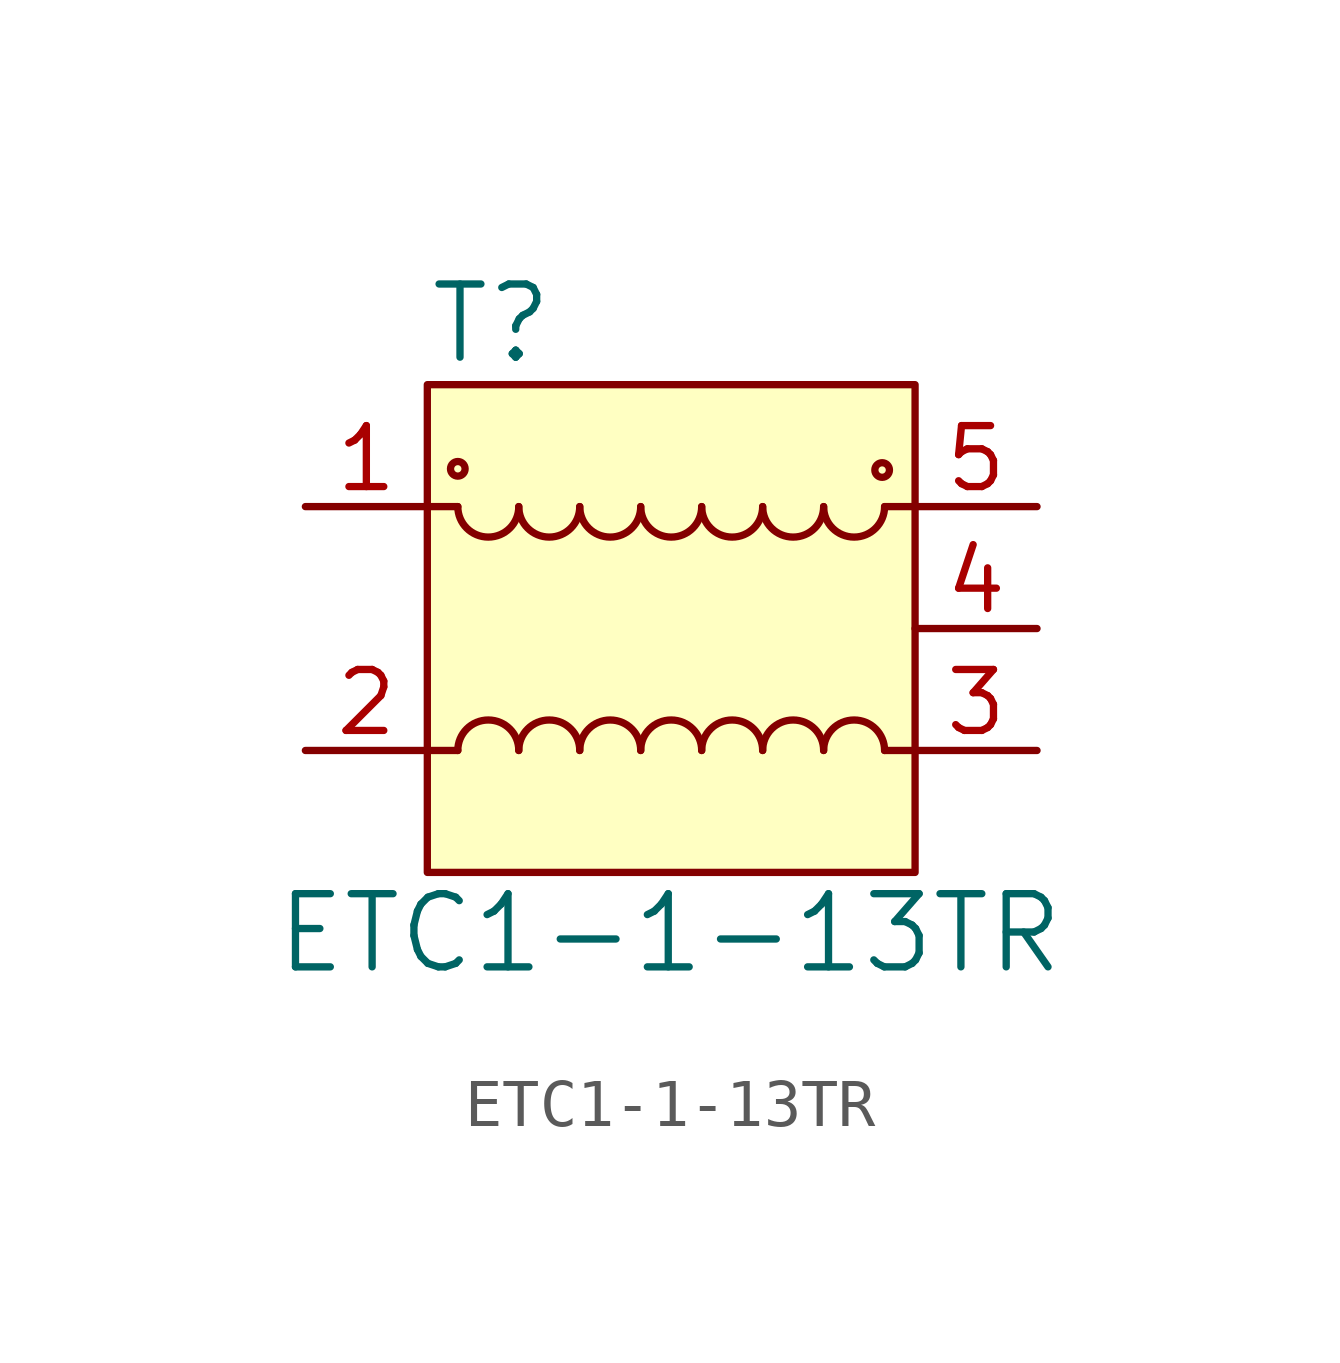
<source format=kicad_sym>
(kicad_symbol_lib
  (version 20201005)
  (generator kicad_symbol_editor)
  (symbol "ETC1-1-13TR"
    (pin_names
      (offset 0))
    (property "Reference" "T"
      (at -5.08 6.35 0)
      (effects (font (size 1.524 1.524)) (justify left)))
    (property "Value" "ETC1-1-13TR"
      (at -0.025 -6.35 0)
      (effects (font (size 1.524 1.524))))
    (symbol "ETC1-1-13TR_0_1"
      (arc (start -3.175 -2.54) (end -4.445 -2.54) (radius (at -3.81 -2.54) (length 0.635) (angles 0.1 179.9)) (stroke (width 0)) (fill (type none)))
      (arc (start -4.445 2.54) (end -3.175 2.54) (radius (at -3.81 2.54) (length 0.635) (angles -179.9 -0.1)) (stroke (width 0)) (fill (type none)))
      (arc (start -1.905 -2.54) (end -3.175 -2.54) (radius (at -2.54 -2.54) (length 0.635) (angles 0.1 179.9)) (stroke (width 0)) (fill (type none)))
      (arc (start -3.175 2.54) (end -1.905 2.54) (radius (at -2.54 2.54) (length 0.635) (angles -179.9 -0.1)) (stroke (width 0)) (fill (type none)))
      (arc (start -0.635 -2.54) (end -1.905 -2.54) (radius (at -1.27 -2.54) (length 0.635) (angles 0.1 179.9)) (stroke (width 0)) (fill (type none)))
      (arc (start -1.905 2.54) (end -0.635 2.54) (radius (at -1.27 2.54) (length 0.635) (angles -179.9 -0.1)) (stroke (width 0)) (fill (type none)))
      (arc (start 0.635 -2.54) (end -0.635 -2.54) (radius (at 0 -2.54) (length 0.635) (angles 0.1 179.9)) (stroke (width 0)) (fill (type none)))
      (arc (start -0.635 2.54) (end 0.635 2.54) (radius (at 0 2.54) (length 0.635) (angles -179.9 -0.1)) (stroke (width 0)) (fill (type none)))
      (arc (start 1.905 -2.54) (end 0.635 -2.54) (radius (at 1.27 -2.54) (length 0.635) (angles 0.1 179.9)) (stroke (width 0)) (fill (type none)))
      (arc (start 0.635 2.54) (end 1.905 2.54) (radius (at 1.27 2.54) (length 0.635) (angles -179.9 -0.1)) (stroke (width 0)) (fill (type none)))
      (arc (start 3.175 -2.54) (end 1.905 -2.54) (radius (at 2.54 -2.54) (length 0.635) (angles 0.1 179.9)) (stroke (width 0)) (fill (type none)))
      (arc (start 1.905 2.54) (end 3.175 2.54) (radius (at 2.54 2.54) (length 0.635) (angles -179.9 -0.1)) (stroke (width 0)) (fill (type none)))
      (arc (start 4.445 -2.54) (end 3.175 -2.54) (radius (at 3.81 -2.54) (length 0.635) (angles 0.1 179.9)) (stroke (width 0)) (fill (type none)))
      (arc (start 3.175 2.54) (end 4.445 2.54) (radius (at 3.81 2.54) (length 0.635) (angles -179.9 -0.1)) (stroke (width 0)) (fill (type none)))
      (circle (center -4.445 3.327) (radius 0.076) (stroke (width 0)) (fill (type none)))
      (circle (center 4.394 3.302) (radius 0.076) (stroke (width 0)) (fill (type none)))
      (rectangle (start -5.08 5.08) (end 5.08 -5.08) (stroke (width 0)) (fill (type background)))
      (polyline (pts (xy -5.08 -2.54) (xy -4.445 -2.54)) (stroke (width 0)) (fill (type none)))
      (polyline (pts (xy -4.445 2.54) (xy -5.08 2.54)) (stroke (width 0)) (fill (type none)))
      (polyline (pts (xy 4.445 2.54) (xy 5.08 2.54)) (stroke (width 0)) (fill (type none)))
      (polyline (pts (xy 5.08 -2.54) (xy 4.445 -2.54)) (stroke (width 0)) (fill (type none))))
    (symbol "ETC1-1-13TR_1_1"
      (pin passive line (at -7.62 2.54 0) (length 2.54) (name "~" (effects (font (size 1.27 1.27)))) (number "1" (effects (font (size 1.27 1.27)))))
      (pin passive line (at -7.62 -2.54 0) (length 2.54) (name "~" (effects (font (size 1.27 1.27)))) (number "2" (effects (font (size 1.27 1.27)))))
      (pin passive line (at 7.62 -2.54 180) (length 2.54) (name "~" (effects (font (size 1.27 1.27)))) (number "3" (effects (font (size 1.27 1.27)))))
      (pin unspecified line (at 7.62 0 180) (length 2.54) (name "~" (effects (font (size 1.27 1.27)))) (number "4" (effects (font (size 1.27 1.27)))))
      (pin passive line (at 7.62 2.54 180) (length 2.54) (name "~" (effects (font (size 1.27 1.27)))) (number "5" (effects (font (size 1.27 1.27))))))))
</source>
